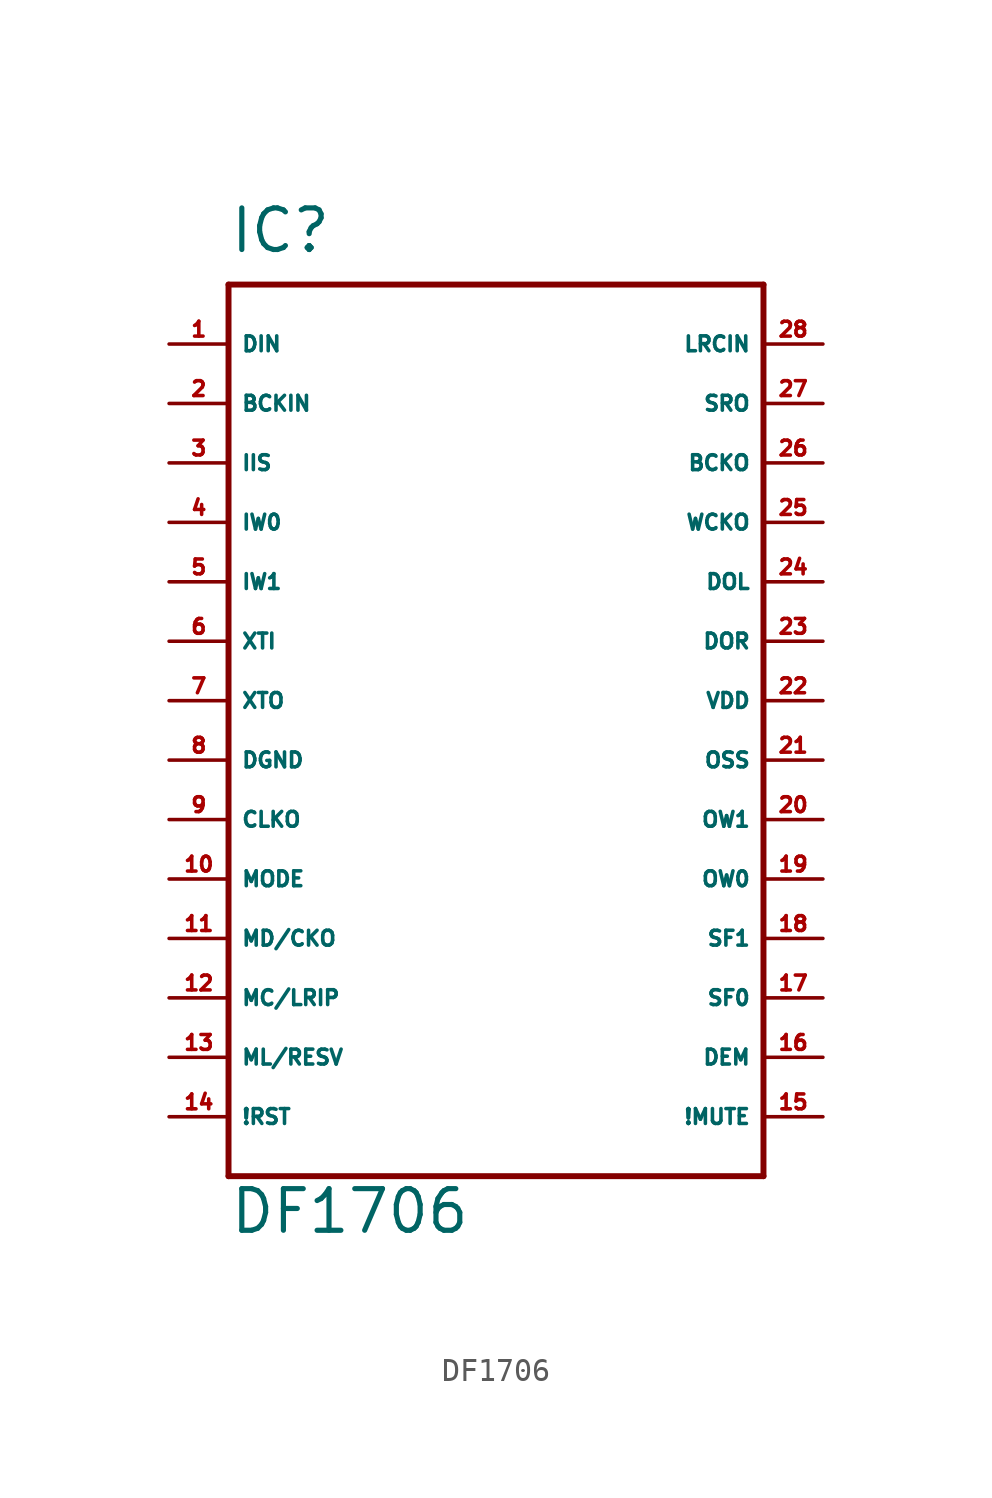
<source format=kicad_sym>
(kicad_symbol_lib
  (version 20220914)
  (generator Eagle2Kicad)
  (symbol "DF1706"
    (property "Reference" "IC"
      (at -10.16 19.05 0)
      (effects (font (size 1.778 1.778) (thickness 0.22)) (justify left bottom)))
    (property "Value" "DF1706"
      (at -10.16 -22.86 0)
      (effects (font (size 1.778 1.778) (thickness 0.22)) (justify left bottom)))
    (polyline
      (pts (xy -10.16 17.78) (xy 12.7 17.78))
      (stroke (width 0.254) (type default))
      (fill (type none)))
    (polyline
      (pts (xy 12.7 17.78) (xy 12.7 -20.32))
      (stroke (width 0.254) (type default))
      (fill (type none)))
    (polyline
      (pts (xy 12.7 -20.32) (xy -10.16 -20.32))
      (stroke (width 0.254) (type default))
      (fill (type none)))
    (polyline
      (pts (xy -10.16 -20.32) (xy -10.16 17.78))
      (stroke (width 0.254) (type default))
      (fill (type none)))
    (pin input line
      (at -12.7 15.24 0)
      (length 2.54)
      (name "DIN" (effects (font (size 0.635 0.635) (thickness 0.08)) (justify left bottom)))
      (number "1" (effects (font (size 0.635 0.635) (thickness 0.08)) (justify left bottom))))
    (pin input line
      (at -12.7 12.7 0)
      (length 2.54)
      (name "BCKIN" (effects (font (size 0.635 0.635) (thickness 0.08)) (justify left bottom)))
      (number "2" (effects (font (size 0.635 0.635) (thickness 0.08)) (justify left bottom))))
    (pin input line
      (at -12.7 10.16 0)
      (length 2.54)
      (name "IIS" (effects (font (size 0.635 0.635) (thickness 0.08)) (justify left bottom)))
      (number "3" (effects (font (size 0.635 0.635) (thickness 0.08)) (justify left bottom))))
    (pin input line
      (at -12.7 7.62 0)
      (length 2.54)
      (name "IW0" (effects (font (size 0.635 0.635) (thickness 0.08)) (justify left bottom)))
      (number "4" (effects (font (size 0.635 0.635) (thickness 0.08)) (justify left bottom))))
    (pin input line
      (at -12.7 5.08 0)
      (length 2.54)
      (name "IW1" (effects (font (size 0.635 0.635) (thickness 0.08)) (justify left bottom)))
      (number "5" (effects (font (size 0.635 0.635) (thickness 0.08)) (justify left bottom))))
    (pin input line
      (at -12.7 2.54 0)
      (length 2.54)
      (name "XTI" (effects (font (size 0.635 0.635) (thickness 0.08)) (justify left bottom)))
      (number "6" (effects (font (size 0.635 0.635) (thickness 0.08)) (justify left bottom))))
    (pin output line
      (at -12.7 0 0)
      (length 2.54)
      (name "XTO" (effects (font (size 0.635 0.635) (thickness 0.08)) (justify left bottom)))
      (number "7" (effects (font (size 0.635 0.635) (thickness 0.08)) (justify left bottom))))
    (pin unspecified line
      (at -12.7 -2.54 0)
      (length 2.54)
      (name "DGND" (effects (font (size 0.635 0.635) (thickness 0.08)) (justify left bottom)))
      (number "8" (effects (font (size 0.635 0.635) (thickness 0.08)) (justify left bottom))))
    (pin output line
      (at -12.7 -5.08 0)
      (length 2.54)
      (name "CLKO" (effects (font (size 0.635 0.635) (thickness 0.08)) (justify left bottom)))
      (number "9" (effects (font (size 0.635 0.635) (thickness 0.08)) (justify left bottom))))
    (pin input line
      (at -12.7 -7.62 0)
      (length 2.54)
      (name "MODE" (effects (font (size 0.635 0.635) (thickness 0.08)) (justify left bottom)))
      (number "10" (effects (font (size 0.635 0.635) (thickness 0.08)) (justify left bottom))))
    (pin input line
      (at -12.7 -10.16 0)
      (length 2.54)
      (name "MD/CKO" (effects (font (size 0.635 0.635) (thickness 0.08)) (justify left bottom)))
      (number "11" (effects (font (size 0.635 0.635) (thickness 0.08)) (justify left bottom))))
    (pin input line
      (at -12.7 -12.7 0)
      (length 2.54)
      (name "MC/LRIP" (effects (font (size 0.635 0.635) (thickness 0.08)) (justify left bottom)))
      (number "12" (effects (font (size 0.635 0.635) (thickness 0.08)) (justify left bottom))))
    (pin input line
      (at -12.7 -15.24 0)
      (length 2.54)
      (name "ML/RESV" (effects (font (size 0.635 0.635) (thickness 0.08)) (justify left bottom)))
      (number "13" (effects (font (size 0.635 0.635) (thickness 0.08)) (justify left bottom))))
    (pin input line
      (at -12.7 -17.78 0)
      (length 2.54)
      (name "!RST" (effects (font (size 0.635 0.635) (thickness 0.08)) (justify left bottom)))
      (number "14" (effects (font (size 0.635 0.635) (thickness 0.08)) (justify left bottom))))
    (pin input line
      (at 15.24 -17.78 180)
      (length 2.54)
      (name "!MUTE" (effects (font (size 0.635 0.635) (thickness 0.08)) (justify left bottom)))
      (number "15" (effects (font (size 0.635 0.635) (thickness 0.08)) (justify left bottom))))
    (pin input line
      (at 15.24 -15.24 180)
      (length 2.54)
      (name "DEM" (effects (font (size 0.635 0.635) (thickness 0.08)) (justify left bottom)))
      (number "16" (effects (font (size 0.635 0.635) (thickness 0.08)) (justify left bottom))))
    (pin input line
      (at 15.24 -12.7 180)
      (length 2.54)
      (name "SF0" (effects (font (size 0.635 0.635) (thickness 0.08)) (justify left bottom)))
      (number "17" (effects (font (size 0.635 0.635) (thickness 0.08)) (justify left bottom))))
    (pin input line
      (at 15.24 -10.16 180)
      (length 2.54)
      (name "SF1" (effects (font (size 0.635 0.635) (thickness 0.08)) (justify left bottom)))
      (number "18" (effects (font (size 0.635 0.635) (thickness 0.08)) (justify left bottom))))
    (pin input line
      (at 15.24 -7.62 180)
      (length 2.54)
      (name "OW0" (effects (font (size 0.635 0.635) (thickness 0.08)) (justify left bottom)))
      (number "19" (effects (font (size 0.635 0.635) (thickness 0.08)) (justify left bottom))))
    (pin input line
      (at 15.24 -5.08 180)
      (length 2.54)
      (name "OW1" (effects (font (size 0.635 0.635) (thickness 0.08)) (justify left bottom)))
      (number "20" (effects (font (size 0.635 0.635) (thickness 0.08)) (justify left bottom))))
    (pin input line
      (at 15.24 -2.54 180)
      (length 2.54)
      (name "OSS" (effects (font (size 0.635 0.635) (thickness 0.08)) (justify left bottom)))
      (number "21" (effects (font (size 0.635 0.635) (thickness 0.08)) (justify left bottom))))
    (pin unspecified line
      (at 15.24 0 180)
      (length 2.54)
      (name "VDD" (effects (font (size 0.635 0.635) (thickness 0.08)) (justify left bottom)))
      (number "22" (effects (font (size 0.635 0.635) (thickness 0.08)) (justify left bottom))))
    (pin output line
      (at 15.24 2.54 180)
      (length 2.54)
      (name "DOR" (effects (font (size 0.635 0.635) (thickness 0.08)) (justify left bottom)))
      (number "23" (effects (font (size 0.635 0.635) (thickness 0.08)) (justify left bottom))))
    (pin output line
      (at 15.24 5.08 180)
      (length 2.54)
      (name "DOL" (effects (font (size 0.635 0.635) (thickness 0.08)) (justify left bottom)))
      (number "24" (effects (font (size 0.635 0.635) (thickness 0.08)) (justify left bottom))))
    (pin output line
      (at 15.24 7.62 180)
      (length 2.54)
      (name "WCKO" (effects (font (size 0.635 0.635) (thickness 0.08)) (justify left bottom)))
      (number "25" (effects (font (size 0.635 0.635) (thickness 0.08)) (justify left bottom))))
    (pin output line
      (at 15.24 10.16 180)
      (length 2.54)
      (name "BCKO" (effects (font (size 0.635 0.635) (thickness 0.08)) (justify left bottom)))
      (number "26" (effects (font (size 0.635 0.635) (thickness 0.08)) (justify left bottom))))
    (pin input line
      (at 15.24 12.7 180)
      (length 2.54)
      (name "SRO" (effects (font (size 0.635 0.635) (thickness 0.08)) (justify left bottom)))
      (number "27" (effects (font (size 0.635 0.635) (thickness 0.08)) (justify left bottom))))
    (pin input line
      (at 15.24 15.24 180)
      (length 2.54)
      (name "LRCIN" (effects (font (size 0.635 0.635) (thickness 0.08)) (justify left bottom)))
      (number "28" (effects (font (size 0.635 0.635) (thickness 0.08)) (justify left bottom))))))
</source>
